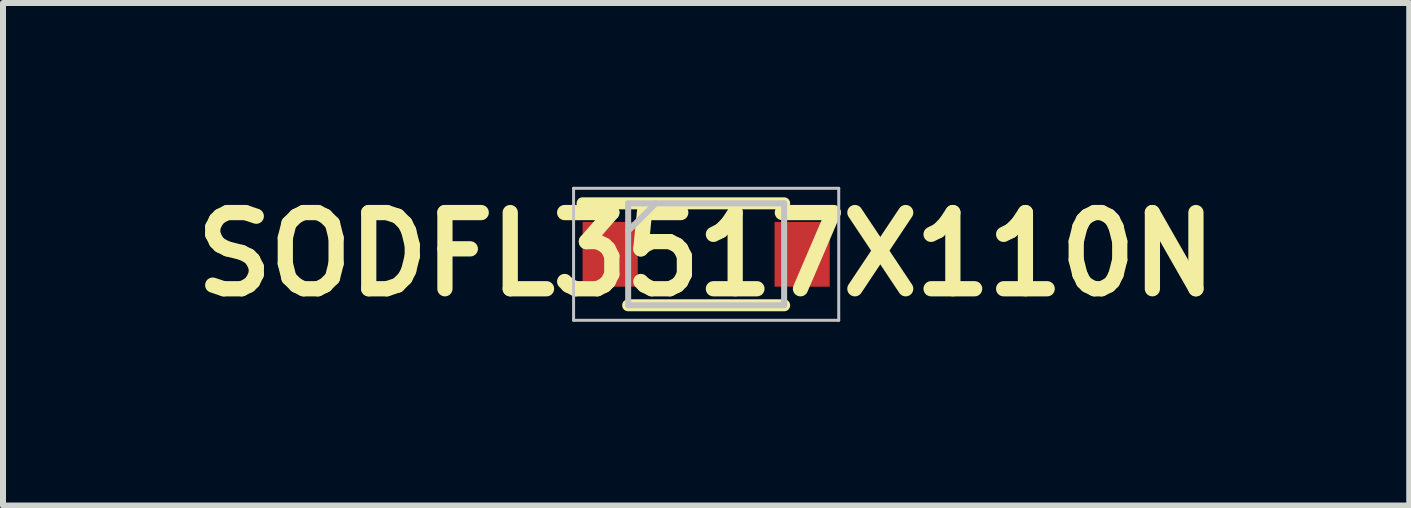
<source format=kicad_pcb>
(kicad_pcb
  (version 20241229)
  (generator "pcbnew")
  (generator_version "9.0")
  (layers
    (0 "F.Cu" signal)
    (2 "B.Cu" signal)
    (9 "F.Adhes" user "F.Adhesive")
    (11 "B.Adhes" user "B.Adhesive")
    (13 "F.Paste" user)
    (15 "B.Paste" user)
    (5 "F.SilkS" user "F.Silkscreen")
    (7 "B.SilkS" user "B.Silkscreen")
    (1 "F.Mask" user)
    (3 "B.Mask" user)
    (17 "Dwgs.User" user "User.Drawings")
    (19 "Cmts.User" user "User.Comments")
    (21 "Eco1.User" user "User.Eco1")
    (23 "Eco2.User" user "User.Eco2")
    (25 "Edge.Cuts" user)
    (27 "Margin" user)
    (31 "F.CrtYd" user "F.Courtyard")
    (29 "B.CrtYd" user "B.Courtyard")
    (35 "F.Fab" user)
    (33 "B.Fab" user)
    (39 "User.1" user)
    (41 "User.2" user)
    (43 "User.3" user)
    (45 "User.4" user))
  (footprint "SODFL3517X110N"
    (layer "F.Cu")
    (at 8.721 1.189)
    (property "Reference" "SODFL3517X110N" (at 0 0 0) (layer "F.SilkS") (effects (font (size 1.27 1.27) (thickness 0.254))))
    (attr smd)
    (fp_line (start -2.06 -0.85) (end 1.3 -0.85) (stroke (width 0.2) (type solid)) (layer "F.SilkS"))
    (fp_line (start -1.3 0.85) (end 1.3 0.85) (stroke (width 0.2) (type solid)) (layer "F.SilkS"))
    (fp_line (start -2.21 -1.1) (end 2.21 -1.1) (stroke (width 0.05) (type solid)) (layer "Dwgs.User"))
    (fp_line (start -2.21 1.1) (end -2.21 -1.1) (stroke (width 0.05) (type solid)) (layer "Dwgs.User"))
    (fp_line (start -1.3 -0.85) (end 1.3 -0.85) (stroke (width 0.1) (type solid)) (layer "Dwgs.User"))
    (fp_line (start -1.3 -0.39) (end -0.84 -0.85) (stroke (width 0.1) (type solid)) (layer "Dwgs.User"))
    (fp_line (start -1.3 0.85) (end -1.3 -0.85) (stroke (width 0.1) (type solid)) (layer "Dwgs.User"))
    (fp_line (start 1.3 -0.85) (end 1.3 0.85) (stroke (width 0.1) (type solid)) (layer "Dwgs.User"))
    (fp_line (start 1.3 0.85) (end -1.3 0.85) (stroke (width 0.1) (type solid)) (layer "Dwgs.User"))
    (fp_line (start 2.21 -1.1) (end 2.21 1.1) (stroke (width 0.05) (type solid)) (layer "Dwgs.User"))
    (fp_line (start 2.21 1.1) (end -2.21 1.1) (stroke (width 0.05) (type solid)) (layer "Dwgs.User"))
    (pad "1" smd rect (at -1.6 0 90) (size 1.08 0.92) (layers "F.Cu" "F.Mask" "F.Paste"))
    (pad "2" smd rect (at 1.6 0 90) (size 1.08 0.92) (layers "F.Cu" "F.Mask" "F.Paste")))
  (gr_rect
    (start -3 -3)
    (end 20.441 5.377)
    (stroke (width 0.1) (type default))
    (fill no)
    (layer "Edge.Cuts")))
</source>
